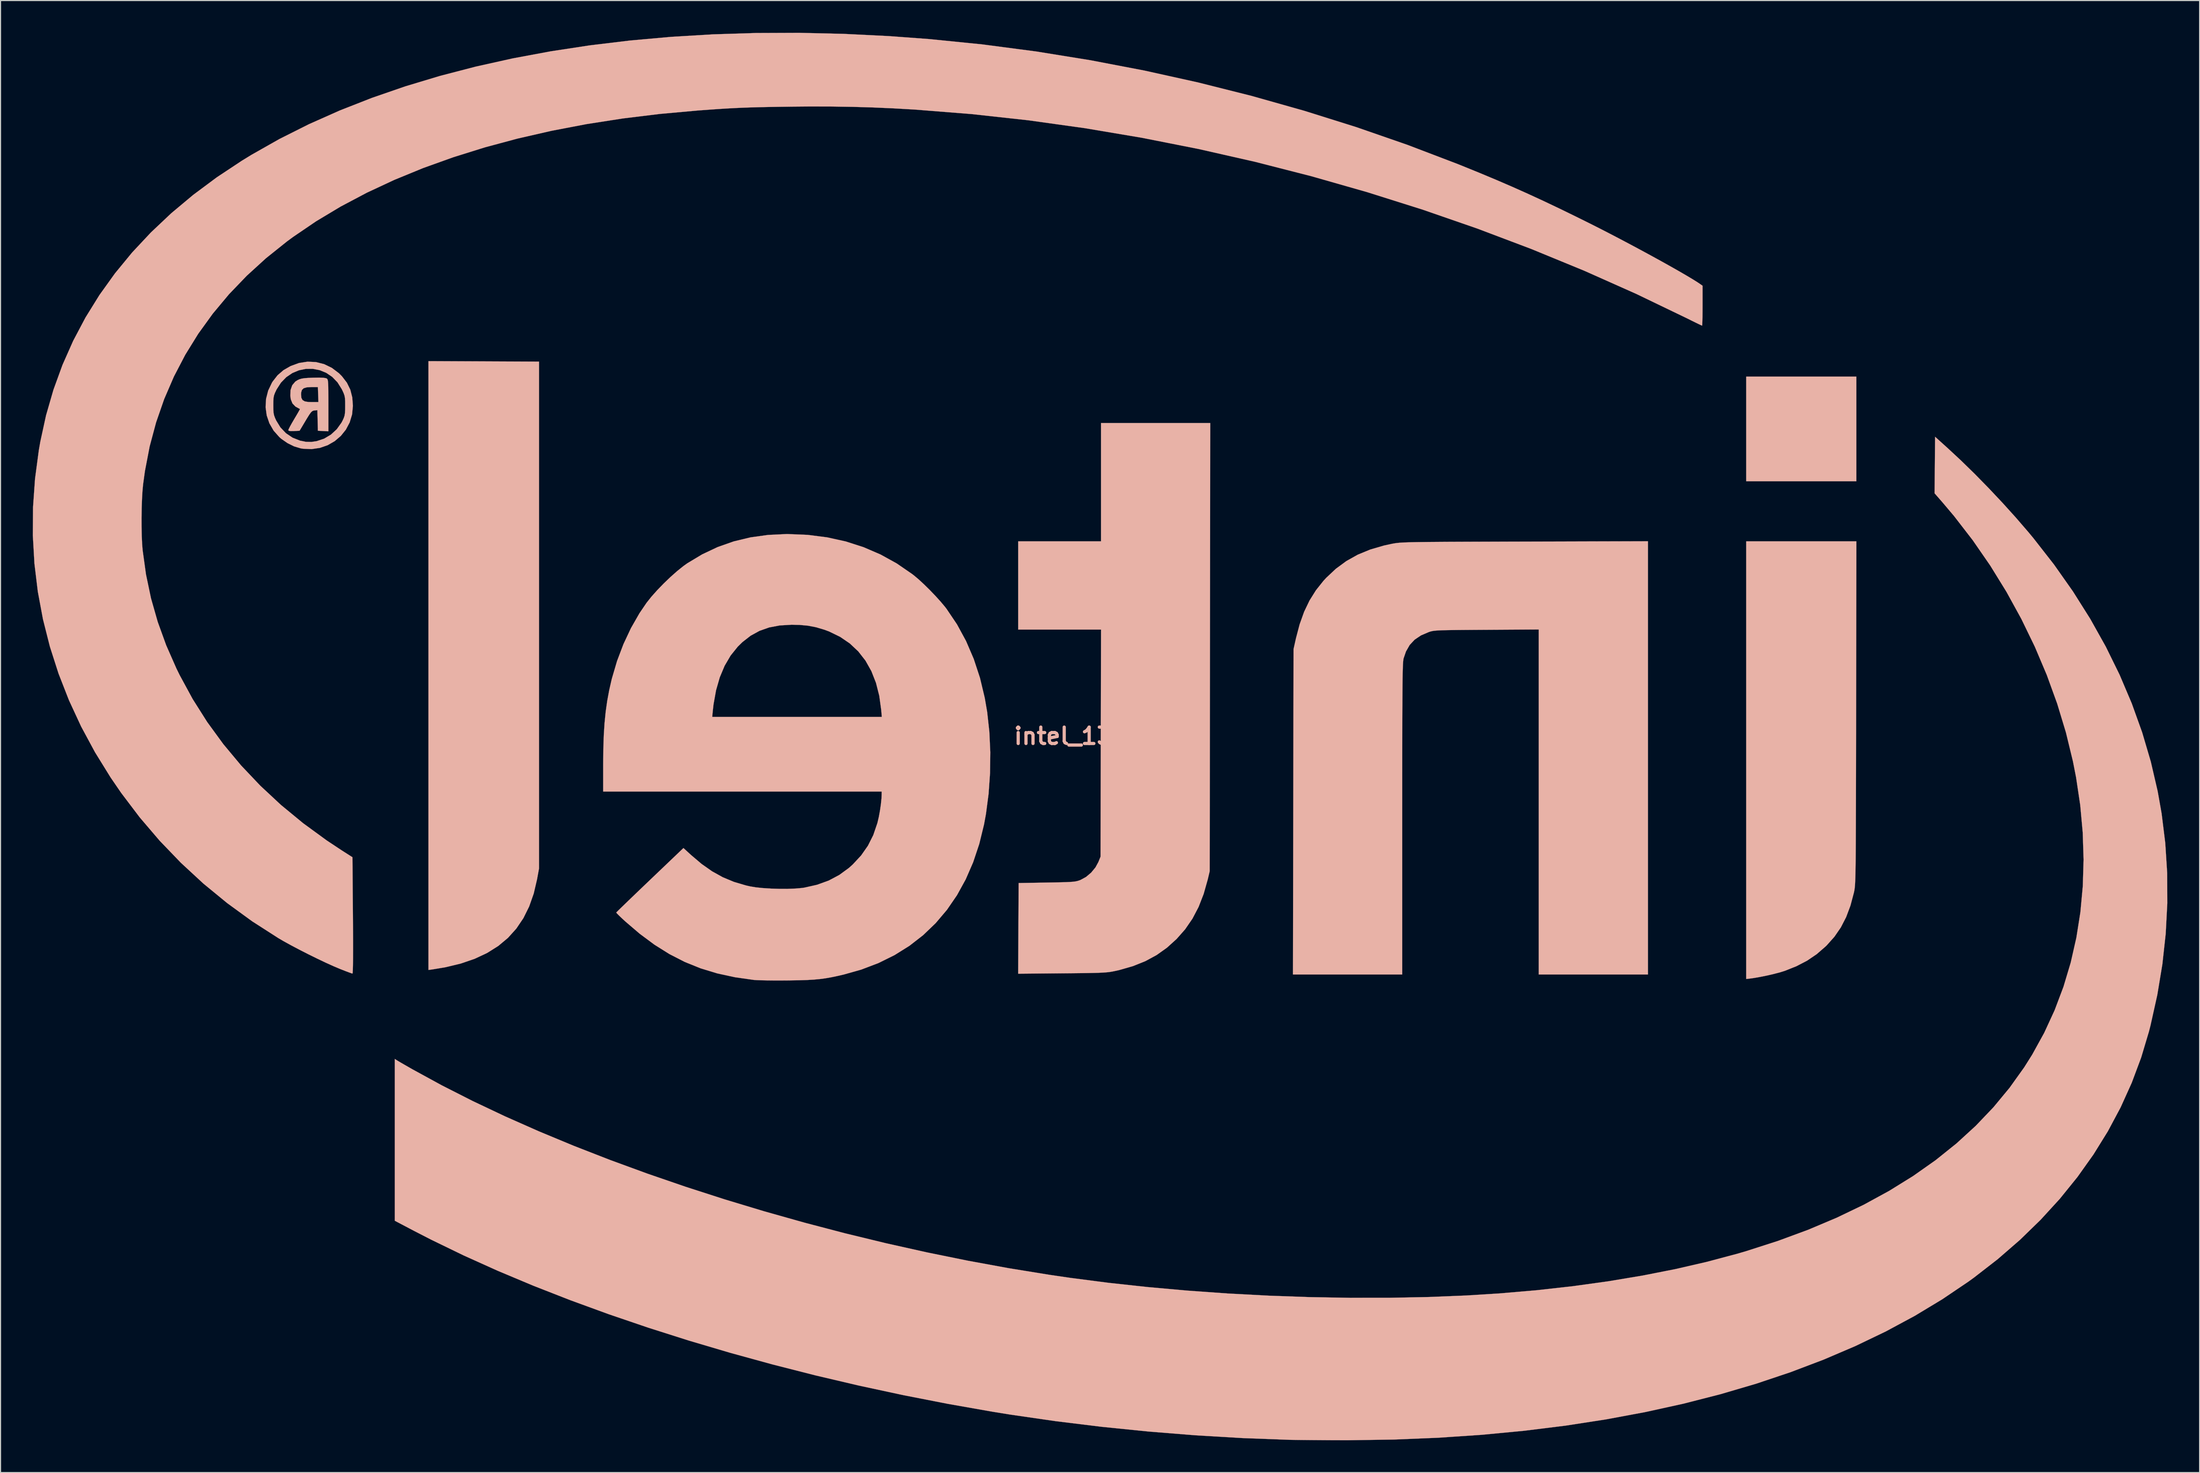
<source format=kicad_pcb>
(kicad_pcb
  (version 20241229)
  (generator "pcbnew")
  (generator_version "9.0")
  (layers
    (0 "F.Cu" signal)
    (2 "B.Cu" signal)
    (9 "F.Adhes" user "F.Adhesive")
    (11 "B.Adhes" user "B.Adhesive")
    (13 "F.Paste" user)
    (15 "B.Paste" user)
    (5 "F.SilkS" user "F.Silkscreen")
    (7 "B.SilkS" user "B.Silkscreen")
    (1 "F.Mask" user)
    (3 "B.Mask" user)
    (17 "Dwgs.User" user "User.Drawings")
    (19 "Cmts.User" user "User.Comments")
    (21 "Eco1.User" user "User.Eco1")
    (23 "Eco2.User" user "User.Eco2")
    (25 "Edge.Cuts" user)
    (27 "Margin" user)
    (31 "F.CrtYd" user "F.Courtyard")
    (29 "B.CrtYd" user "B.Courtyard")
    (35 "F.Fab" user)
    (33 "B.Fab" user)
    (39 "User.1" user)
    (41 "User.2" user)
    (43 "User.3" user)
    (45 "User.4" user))
  (footprint "intel_13x20_B"
    (layer "F.Cu")
    (at 99.295 65.433)
    (property "Reference" "intel_13x20_B" (at 0 0 0) (layer "B.SilkS") (effects (font (size 1.524 1.524) (thickness 0.3))))
    (attr through_hole)
    (fp_poly (pts (xy 70.358 -23.707) (xy 60.113 -23.707) (xy 60.113 -33.443) (xy 70.358 -33.443) (xy 70.358 -23.707)) (stroke (width 0.01) (type solid)) (fill yes) (layer "B.SilkS"))
    (fp_poly (pts (xy -57.34 -34.862) (xy -52.197 -34.84) (xy -52.197 12.319) (xy -52.383 13.335) (xy -52.691 14.654) (xy -53.114 15.855) (xy -53.652 16.941) (xy -54.31 17.914) (xy -55.089 18.777) (xy -55.993 19.531) (xy -57.024 20.179) (xy -58.185 20.723) (xy -59.479 21.166) (xy -60.909 21.51) (xy -62.124 21.712) (xy -62.484 21.761) (xy -62.484 -34.884) (xy -57.34 -34.862)) (stroke (width 0.01) (type solid)) (fill yes) (layer "B.SilkS"))
    (fp_poly (pts (xy 70.335 -2.18) (xy 70.332 -0.251) (xy 70.329 1.516) (xy 70.326 3.128) (xy 70.323 4.594) (xy 70.32 5.921) (xy 70.316 7.115) (xy 70.313 8.185) (xy 70.309 9.139) (xy 70.305 9.983) (xy 70.3 10.725) (xy 70.294 11.372) (xy 70.288 11.933) (xy 70.281 12.414) (xy 70.273 12.823) (xy 70.264 13.167) (xy 70.253 13.455) (xy 70.242 13.693) (xy 70.229 13.89) (xy 70.215 14.051) (xy 70.2 14.186) (xy 70.183 14.301) (xy 70.164 14.404) (xy 70.144 14.503) (xy 70.129 14.569) (xy 69.81 15.772) (xy 69.409 16.841) (xy 68.916 17.8) (xy 68.319 18.668) (xy 67.606 19.467) (xy 67.499 19.572) (xy 66.672 20.289) (xy 65.775 20.897) (xy 64.777 21.415) (xy 63.72 21.837) (xy 63.268 21.978) (xy 62.7 22.128) (xy 62.072 22.274) (xy 61.435 22.404) (xy 60.844 22.508) (xy 60.516 22.554) (xy 60.113 22.603) (xy 60.113 -18.119) (xy 70.361 -18.119) (xy 70.335 -2.18)) (stroke (width 0.01) (type solid)) (fill yes) (layer "B.SilkS"))
    (fp_poly (pts (xy 10.223 -8.276) (xy 10.198 12.573) (xy 10.013 13.351) (xy 9.635 14.69) (xy 9.165 15.896) (xy 8.594 16.987) (xy 7.914 17.976) (xy 7.117 18.879) (xy 7.112 18.884) (xy 6.219 19.691) (xy 5.26 20.373) (xy 4.216 20.939) (xy 3.067 21.401) (xy 1.795 21.767) (xy 1.392 21.858) (xy 1.187 21.9) (xy 0.984 21.936) (xy 0.767 21.965) (xy 0.518 21.989) (xy 0.22 22.009) (xy -0.144 22.025) (xy -0.592 22.037) (xy -1.14 22.048) (xy -1.806 22.057) (xy -2.608 22.066) (xy -3.536 22.074) (xy -7.622 22.11) (xy -7.6 17.892) (xy -7.578 13.674) (xy -4.953 13.629) (xy -4.212 13.616) (xy -3.62 13.603) (xy -3.154 13.59) (xy -2.794 13.573) (xy -2.519 13.553) (xy -2.307 13.526) (xy -2.137 13.491) (xy -1.988 13.448) (xy -1.839 13.393) (xy -1.82 13.386) (xy -1.309 13.108) (xy -0.832 12.705) (xy -0.431 12.22) (xy -0.16 11.72) (xy 0.042 11.218) (xy 0.088 -9.906) (xy -7.62 -9.906) (xy -7.62 -18.119) (xy 0.085 -18.119) (xy 0.085 -29.125) (xy 10.247 -29.125) (xy 10.223 -8.276)) (stroke (width 0.01) (type solid)) (fill yes) (layer "B.SilkS"))
    (fp_poly (pts (xy -72.256 -33.336) (xy -72.016 -33.296) (xy -71.979 -33.281) (xy -71.926 -33.248) (xy -71.885 -33.201) (xy -71.853 -33.121) (xy -71.831 -32.987) (xy -71.815 -32.783) (xy -71.805 -32.487) (xy -71.8 -32.082) (xy -71.798 -31.547) (xy -71.797 -30.865) (xy -71.797 -30.769) (xy -71.797 -28.355) (xy -72.284 -28.38) (xy -72.771 -28.406) (xy -72.819 -30.321) (xy -73.091 -30.295) (xy -73.211 -30.272) (xy -73.318 -30.213) (xy -73.434 -30.094) (xy -73.579 -29.89) (xy -73.774 -29.577) (xy -73.918 -29.337) (xy -74.473 -28.406) (xy -74.998 -28.38) (xy -75.307 -28.376) (xy -75.473 -28.403) (xy -75.523 -28.465) (xy -75.481 -28.576) (xy -75.367 -28.8) (xy -75.198 -29.105) (xy -74.991 -29.459) (xy -74.969 -29.496) (xy -74.763 -29.843) (xy -74.595 -30.132) (xy -74.482 -30.335) (xy -74.439 -30.425) (xy -74.44 -30.427) (xy -74.86 -30.658) (xy -75.136 -30.948) (xy -75.29 -31.328) (xy -75.336 -31.652) (xy -75.331 -31.779) (xy -74.337 -31.779) (xy -74.307 -31.47) (xy -74.2 -31.262) (xy -73.992 -31.138) (xy -73.659 -31.082) (xy -73.36 -31.073) (xy -72.722 -31.073) (xy -72.746 -31.771) (xy -72.771 -32.47) (xy -73.376 -32.47) (xy -73.802 -32.446) (xy -74.087 -32.364) (xy -74.255 -32.207) (xy -74.328 -31.957) (xy -74.337 -31.779) (xy -75.331 -31.779) (xy -75.313 -32.196) (xy -75.159 -32.639) (xy -74.878 -32.974) (xy -74.662 -33.115) (xy -74.475 -33.199) (xy -74.27 -33.258) (xy -74.007 -33.298) (xy -73.648 -33.325) (xy -73.228 -33.342) (xy -72.661 -33.351) (xy -72.256 -33.336)) (stroke (width 0.01) (type solid)) (fill yes) (layer "B.SilkS"))
    (fp_poly (pts (xy 50.969 22.183) (xy 40.809 22.183) (xy 40.809 -9.915) (xy 35.962 -9.887) (xy 34.932 -9.881) (xy 34.056 -9.875) (xy 33.321 -9.869) (xy 32.712 -9.862) (xy 32.216 -9.853) (xy 31.816 -9.843) (xy 31.499 -9.829) (xy 31.252 -9.813) (xy 31.058 -9.793) (xy 30.904 -9.768) (xy 30.776 -9.739) (xy 30.659 -9.704) (xy 30.589 -9.681) (xy 29.856 -9.368) (xy 29.265 -8.97) (xy 28.802 -8.474) (xy 28.456 -7.867) (xy 28.236 -7.224) (xy 28.22 -7.145) (xy 28.205 -7.034) (xy 28.191 -6.883) (xy 28.179 -6.686) (xy 28.168 -6.433) (xy 28.158 -6.119) (xy 28.15 -5.736) (xy 28.142 -5.275) (xy 28.135 -4.73) (xy 28.13 -4.093) (xy 28.125 -3.357) (xy 28.121 -2.514) (xy 28.117 -1.557) (xy 28.115 -0.479) (xy 28.113 0.729) (xy 28.111 2.074) (xy 28.11 3.563) (xy 28.11 5.203) (xy 28.109 7.003) (xy 28.109 7.722) (xy 28.109 22.183) (xy 17.945 22.183) (xy 17.971 7.048) (xy 17.997 -8.086) (xy 18.224 -9.102) (xy 18.565 -10.399) (xy 18.981 -11.562) (xy 19.483 -12.61) (xy 20.081 -13.566) (xy 20.786 -14.45) (xy 21.039 -14.724) (xy 21.938 -15.568) (xy 22.912 -16.283) (xy 23.973 -16.877) (xy 25.137 -17.356) (xy 26.42 -17.73) (xy 27.136 -17.885) (xy 27.271 -17.91) (xy 27.404 -17.933) (xy 27.544 -17.954) (xy 27.701 -17.972) (xy 27.884 -17.989) (xy 28.101 -18.003) (xy 28.362 -18.016) (xy 28.676 -18.027) (xy 29.052 -18.037) (xy 29.498 -18.046) (xy 30.026 -18.053) (xy 30.642 -18.06) (xy 31.357 -18.065) (xy 32.179 -18.071) (xy 33.118 -18.075) (xy 34.183 -18.079) (xy 35.382 -18.083) (xy 36.726 -18.087) (xy 38.222 -18.092) (xy 39.518 -18.095) (xy 50.969 -18.126) (xy 50.969 22.183)) (stroke (width 0.01) (type solid)) (fill yes) (layer "B.SilkS"))
    (fp_poly (pts (xy -72.947 -34.796) (xy -72.186 -34.602) (xy -71.469 -34.254) (xy -70.811 -33.756) (xy -70.534 -33.477) (xy -70.072 -32.875) (xy -69.754 -32.228) (xy -69.572 -31.51) (xy -69.513 -30.722) (xy -69.59 -29.921) (xy -69.813 -29.18) (xy -70.167 -28.511) (xy -70.636 -27.927) (xy -71.205 -27.441) (xy -71.858 -27.065) (xy -72.578 -26.814) (xy -73.35 -26.699) (xy -74.158 -26.733) (xy -74.379 -26.77) (xy -74.979 -26.95) (xy -75.593 -27.253) (xy -76.164 -27.648) (xy -76.355 -27.814) (xy -76.889 -28.417) (xy -77.282 -29.097) (xy -77.532 -29.832) (xy -77.636 -30.599) (xy -77.626 -30.778) (xy -76.92 -30.778) (xy -76.915 -30.371) (xy -76.894 -30.076) (xy -76.846 -29.839) (xy -76.759 -29.601) (xy -76.651 -29.362) (xy -76.254 -28.714) (xy -75.738 -28.174) (xy -75.122 -27.759) (xy -74.427 -27.485) (xy -74.42 -27.483) (xy -73.879 -27.375) (xy -73.377 -27.366) (xy -72.881 -27.441) (xy -72.19 -27.67) (xy -71.56 -28.045) (xy -71.014 -28.548) (xy -70.575 -29.161) (xy -70.468 -29.363) (xy -70.36 -29.601) (xy -70.29 -29.814) (xy -70.252 -30.052) (xy -70.235 -30.365) (xy -70.232 -30.738) (xy -70.234 -31.145) (xy -70.251 -31.437) (xy -70.292 -31.667) (xy -70.369 -31.89) (xy -70.492 -32.16) (xy -70.55 -32.278) (xy -70.947 -32.91) (xy -71.434 -33.415) (xy -71.991 -33.793) (xy -72.6 -34.043) (xy -73.24 -34.166) (xy -73.891 -34.162) (xy -74.533 -34.032) (xy -75.146 -33.776) (xy -75.71 -33.393) (xy -76.205 -32.885) (xy -76.612 -32.251) (xy -76.638 -32.199) (xy -76.769 -31.92) (xy -76.852 -31.692) (xy -76.897 -31.459) (xy -76.916 -31.166) (xy -76.92 -30.778) (xy -77.626 -30.778) (xy -77.592 -31.376) (xy -77.396 -32.142) (xy -77.047 -32.874) (xy -76.977 -32.987) (xy -76.521 -33.571) (xy -75.973 -34.043) (xy -75.311 -34.424) (xy -74.526 -34.711) (xy -73.732 -34.834) (xy -72.947 -34.796)) (stroke (width 0.01) (type solid)) (fill yes) (layer "B.SilkS"))
    (fp_poly (pts (xy -27.194 -18.719) (xy -25.396 -18.489) (xy -23.666 -18.108) (xy -22.008 -17.575) (xy -20.425 -16.893) (xy -18.92 -16.062) (xy -17.497 -15.084) (xy -17.314 -14.943) (xy -16.879 -14.577) (xy -16.378 -14.114) (xy -15.846 -13.591) (xy -15.321 -13.044) (xy -14.838 -12.511) (xy -14.433 -12.029) (xy -14.29 -11.844) (xy -13.313 -10.394) (xy -12.468 -8.838) (xy -11.755 -7.178) (xy -11.175 -5.416) (xy -10.73 -3.554) (xy -10.505 -2.244) (xy -10.303 -0.407) (xy -10.214 1.505) (xy -10.238 3.448) (xy -10.373 5.375) (xy -10.617 7.242) (xy -10.796 8.22) (xy -11.24 10.036) (xy -11.809 11.74) (xy -12.501 13.331) (xy -13.313 14.806) (xy -14.245 16.164) (xy -15.294 17.402) (xy -16.457 18.519) (xy -17.735 19.512) (xy -19.124 20.38) (xy -20.622 21.12) (xy -22.228 21.73) (xy -23.834 22.183) (xy -24.471 22.331) (xy -25.04 22.449) (xy -25.572 22.541) (xy -26.1 22.61) (xy -26.657 22.661) (xy -27.276 22.696) (xy -27.991 22.719) (xy -28.833 22.733) (xy -29.083 22.736) (xy -29.751 22.74) (xy -30.399 22.739) (xy -30.998 22.733) (xy -31.518 22.722) (xy -31.93 22.707) (xy -32.204 22.689) (xy -32.216 22.688) (xy -33.969 22.439) (xy -35.612 22.083) (xy -37.163 21.611) (xy -38.641 21.014) (xy -40.066 20.284) (xy -41.457 19.412) (xy -42.833 18.39) (xy -44.168 17.249) (xy -44.479 16.962) (xy -44.739 16.715) (xy -44.923 16.53) (xy -45.01 16.43) (xy -45.014 16.419) (xy -44.952 16.353) (xy -44.779 16.181) (xy -44.506 15.915) (xy -44.145 15.566) (xy -43.708 15.145) (xy -43.207 14.663) (xy -42.652 14.131) (xy -42.055 13.561) (xy -41.881 13.394) (xy -38.762 10.417) (xy -38.055 11.064) (xy -37.073 11.897) (xy -36.101 12.581) (xy -35.11 13.131) (xy -34.07 13.565) (xy -32.953 13.896) (xy -32.578 13.982) (xy -32.03 14.074) (xy -31.359 14.143) (xy -30.61 14.19) (xy -29.828 14.214) (xy -29.059 14.213) (xy -28.346 14.186) (xy -27.736 14.133) (xy -27.514 14.101) (xy -26.326 13.833) (xy -25.249 13.444) (xy -24.271 12.926) (xy -23.378 12.275) (xy -23.014 11.95) (xy -22.234 11.11) (xy -21.6 10.205) (xy -21.102 9.215) (xy -20.727 8.117) (xy -20.702 8.025) (xy -20.583 7.51) (xy -20.477 6.929) (xy -20.392 6.341) (xy -20.337 5.805) (xy -20.321 5.44) (xy -20.32 5.165) (xy -46.228 5.165) (xy -46.228 2.596) (xy -46.215 1.2) (xy -46.174 -0.057) (xy -46.102 -1.203) (xy -46.044 -1.778) (xy -36.085 -1.778) (xy -20.306 -1.778) (xy -20.363 -2.434) (xy -20.544 -3.748) (xy -20.849 -4.951) (xy -21.277 -6.041) (xy -21.826 -7.017) (xy -22.495 -7.875) (xy -23.282 -8.615) (xy -24.187 -9.233) (xy -25.207 -9.729) (xy -25.671 -9.901) (xy -26.429 -10.125) (xy -27.172 -10.269) (xy -27.964 -10.343) (xy -28.702 -10.358) (xy -29.8 -10.293) (xy -30.79 -10.106) (xy -31.689 -9.789) (xy -32.512 -9.337) (xy -33.275 -8.743) (xy -33.712 -8.314) (xy -34.373 -7.492) (xy -34.931 -6.539) (xy -35.383 -5.461) (xy -35.728 -4.262) (xy -35.963 -2.948) (xy -36.026 -2.392) (xy -36.085 -1.778) (xy -46.044 -1.778) (xy -45.996 -2.266) (xy -45.853 -3.274) (xy -45.671 -4.256) (xy -45.447 -5.24) (xy -45.416 -5.363) (xy -44.939 -6.984) (xy -44.344 -8.554) (xy -43.644 -10.045) (xy -42.852 -11.43) (xy -42.19 -12.404) (xy -41.745 -12.963) (xy -41.204 -13.57) (xy -40.601 -14.193) (xy -39.97 -14.798) (xy -39.344 -15.352) (xy -38.759 -15.822) (xy -38.404 -16.075) (xy -37.016 -16.908) (xy -35.579 -17.586) (xy -34.085 -18.112) (xy -32.525 -18.487) (xy -30.891 -18.714) (xy -29.175 -18.796) (xy -29.057 -18.796) (xy -27.194 -18.719)) (stroke (width 0.01) (type solid)) (fill yes) (layer "B.SilkS"))
    (fp_poly (pts (xy 78.867 -26.779) (xy 80.093 -25.64) (xy 81.373 -24.39) (xy 82.671 -23.065) (xy 83.956 -21.7) (xy 85.194 -20.33) (xy 86.35 -18.99) (xy 86.828 -18.415) (xy 88.745 -15.961) (xy 90.508 -13.458) (xy 92.114 -10.911) (xy 93.563 -8.322) (xy 94.853 -5.695) (xy 95.982 -3.033) (xy 96.949 -0.34) (xy 97.752 2.381) (xy 98.389 5.127) (xy 98.757 7.197) (xy 99.097 9.948) (xy 99.274 12.734) (xy 99.287 15.548) (xy 99.139 18.382) (xy 98.828 21.229) (xy 98.356 24.08) (xy 97.723 26.929) (xy 97.573 27.511) (xy 96.855 29.911) (xy 95.978 32.257) (xy 94.945 34.544) (xy 93.757 36.77) (xy 92.416 38.932) (xy 90.926 41.026) (xy 89.288 43.051) (xy 87.504 45.001) (xy 85.576 46.876) (xy 83.507 48.671) (xy 81.3 50.383) (xy 80.772 50.765) (xy 78.35 52.4) (xy 75.788 53.945) (xy 73.091 55.396) (xy 70.261 56.755) (xy 67.303 58.019) (xy 64.22 59.188) (xy 61.016 60.262) (xy 57.694 61.238) (xy 54.258 62.117) (xy 50.711 62.897) (xy 47.058 63.577) (xy 43.302 64.157) (xy 39.446 64.635) (xy 35.494 65.011) (xy 31.45 65.283) (xy 27.318 65.452) (xy 23.1 65.515) (xy 21.802 65.514) (xy 21.021 65.509) (xy 20.259 65.504) (xy 19.542 65.499) (xy 18.892 65.493) (xy 18.336 65.487) (xy 17.896 65.481) (xy 17.598 65.476) (xy 17.568 65.475) (xy 13.268 65.315) (xy 8.907 65.058) (xy 4.523 64.707) (xy 0.156 64.266) (xy -4.154 63.738) (xy -8.369 63.127) (xy -10.033 62.858) (xy -14.191 62.125) (xy -18.324 61.316) (xy -22.423 60.434) (xy -26.478 59.482) (xy -30.476 58.463) (xy -34.409 57.382) (xy -38.266 56.241) (xy -42.035 55.043) (xy -45.707 53.792) (xy -49.27 52.491) (xy -52.716 51.144) (xy -56.032 49.753) (xy -59.208 48.322) (xy -62.234 46.854) (xy -63.804 46.047) (xy -65.617 45.094) (xy -65.617 30.037) (xy -65.426 30.162) (xy -65.291 30.244) (xy -65.037 30.393) (xy -64.693 30.592) (xy -64.288 30.824) (xy -63.966 31.008) (xy -61.251 32.491) (xy -58.381 33.949) (xy -55.367 35.376) (xy -52.22 36.77) (xy -48.953 38.127) (xy -45.579 39.442) (xy -42.107 40.713) (xy -38.552 41.935) (xy -34.924 43.105) (xy -31.235 44.219) (xy -27.498 45.272) (xy -23.724 46.262) (xy -19.925 47.184) (xy -16.114 48.035) (xy -12.301 48.811) (xy -8.5 49.508) (xy -4.721 50.122) (xy -2.752 50.41) (xy 0.793 50.869) (xy 4.435 51.264) (xy 8.15 51.596) (xy 11.911 51.863) (xy 15.695 52.064) (xy 19.474 52.198) (xy 23.225 52.264) (xy 26.922 52.262) (xy 30.54 52.19) (xy 34.052 52.048) (xy 37.169 51.854) (xy 40.621 51.558) (xy 43.995 51.181) (xy 47.279 50.726) (xy 50.46 50.195) (xy 53.526 49.591) (xy 56.464 48.914) (xy 59.263 48.168) (xy 60.104 47.922) (xy 63.055 46.973) (xy 65.862 45.938) (xy 68.524 44.815) (xy 71.043 43.606) (xy 73.417 42.31) (xy 75.645 40.928) (xy 77.729 39.46) (xy 79.668 37.905) (xy 81.462 36.264) (xy 83.11 34.537) (xy 84.612 32.724) (xy 85.969 30.826) (xy 86.72 29.633) (xy 87.836 27.607) (xy 88.806 25.501) (xy 89.628 23.32) (xy 90.302 21.069) (xy 90.826 18.756) (xy 91.201 16.384) (xy 91.425 13.959) (xy 91.498 11.488) (xy 91.418 8.975) (xy 91.186 6.426) (xy 90.8 3.847) (xy 90.508 2.354) (xy 89.856 -0.332) (xy 89.043 -3.015) (xy 88.076 -5.68) (xy 86.962 -8.312) (xy 85.708 -10.897) (xy 84.322 -13.42) (xy 82.812 -15.866) (xy 81.185 -18.221) (xy 79.447 -20.47) (xy 78.385 -21.728) (xy 77.637 -22.586) (xy 77.659 -25.217) (xy 77.682 -27.848) (xy 78.867 -26.779)) (stroke (width 0.01) (type solid)) (fill yes) (layer "B.SilkS"))
    (fp_poly (pts (xy -23.865 -65.333) (xy -19.685 -65.127) (xy -15.917 -64.85) (xy -10.939 -64.35) (xy -5.932 -63.692) (xy -0.911 -62.881) (xy 4.107 -61.921) (xy 9.106 -60.814) (xy 14.07 -59.566) (xy 18.983 -58.179) (xy 23.829 -56.658) (xy 28.591 -55.006) (xy 33.254 -53.228) (xy 33.65 -53.069) (xy 35.292 -52.401) (xy 36.832 -51.757) (xy 38.307 -51.121) (xy 39.753 -50.476) (xy 41.206 -49.806) (xy 42.704 -49.095) (xy 44.283 -48.325) (xy 45.551 -47.696) (xy 46.461 -47.237) (xy 47.412 -46.748) (xy 48.388 -46.239) (xy 49.372 -45.718) (xy 50.348 -45.195) (xy 51.299 -44.679) (xy 52.209 -44.179) (xy 53.061 -43.703) (xy 53.84 -43.261) (xy 54.529 -42.861) (xy 55.111 -42.514) (xy 55.57 -42.227) (xy 55.816 -42.062) (xy 56.049 -41.898) (xy 56.049 -40.042) (xy 56.047 -39.501) (xy 56.042 -39.023) (xy 56.034 -38.631) (xy 56.024 -38.348) (xy 56.012 -38.201) (xy 56.006 -38.185) (xy 55.92 -38.221) (xy 55.708 -38.321) (xy 55.395 -38.473) (xy 55.006 -38.664) (xy 54.63 -38.852) (xy 49.889 -41.135) (xy 45.045 -43.293) (xy 40.108 -45.322) (xy 35.089 -47.219) (xy 29.999 -48.981) (xy 24.85 -50.605) (xy 19.652 -52.089) (xy 14.416 -53.429) (xy 9.154 -54.622) (xy 3.876 -55.666) (xy -1.407 -56.556) (xy -6.683 -57.292) (xy -11.941 -57.868) (xy -17.172 -58.283) (xy -17.272 -58.29) (xy -19.223 -58.402) (xy -21.12 -58.485) (xy -23.01 -58.541) (xy -24.938 -58.57) (xy -26.951 -58.575) (xy -28.66 -58.561) (xy -29.786 -58.546) (xy -30.772 -58.53) (xy -31.648 -58.512) (xy -32.443 -58.49) (xy -33.186 -58.464) (xy -33.908 -58.432) (xy -34.637 -58.393) (xy -35.402 -58.346) (xy -36.235 -58.289) (xy -37.163 -58.221) (xy -37.38 -58.205) (xy -40.94 -57.884) (xy -44.405 -57.461) (xy -47.771 -56.937) (xy -51.034 -56.313) (xy -54.19 -55.591) (xy -57.234 -54.773) (xy -60.163 -53.858) (xy -62.972 -52.85) (xy -65.658 -51.748) (xy -68.215 -50.555) (xy -70.64 -49.272) (xy -72.929 -47.9) (xy -75.077 -46.44) (xy -75.65 -46.018) (xy -77.59 -44.466) (xy -79.386 -42.829) (xy -81.038 -41.109) (xy -82.542 -39.309) (xy -83.9 -37.431) (xy -85.108 -35.477) (xy -86.165 -33.45) (xy -87.071 -31.351) (xy -87.823 -29.184) (xy -88.421 -26.951) (xy -88.862 -24.653) (xy -89.033 -23.41) (xy -89.091 -22.782) (xy -89.134 -22.027) (xy -89.163 -21.189) (xy -89.176 -20.311) (xy -89.174 -19.435) (xy -89.156 -18.605) (xy -89.121 -17.862) (xy -89.077 -17.314) (xy -88.763 -15.041) (xy -88.296 -12.815) (xy -87.67 -10.622) (xy -86.884 -8.451) (xy -85.933 -6.29) (xy -85.633 -5.678) (xy -84.424 -3.451) (xy -83.067 -1.306) (xy -81.565 0.754) (xy -79.92 2.727) (xy -78.134 4.611) (xy -76.209 6.405) (xy -74.146 8.105) (xy -71.947 9.711) (xy -70.57 10.624) (xy -69.554 11.273) (xy -69.511 16.686) (xy -69.503 17.938) (xy -69.498 19.027) (xy -69.498 19.953) (xy -69.501 20.714) (xy -69.508 21.31) (xy -69.519 21.74) (xy -69.534 22.003) (xy -69.552 22.097) (xy -69.554 22.097) (xy -69.66 22.067) (xy -69.891 21.984) (xy -70.216 21.861) (xy -70.602 21.71) (xy -70.697 21.673) (xy -71.312 21.413) (xy -72.035 21.086) (xy -72.828 20.709) (xy -73.653 20.303) (xy -74.473 19.885) (xy -75.25 19.475) (xy -75.946 19.092) (xy -76.445 18.801) (xy -78.881 17.236) (xy -81.207 15.543) (xy -83.42 13.727) (xy -85.516 11.79) (xy -87.491 9.737) (xy -89.343 7.569) (xy -91.068 5.292) (xy -92.055 3.852) (xy -93.506 1.505) (xy -94.798 -0.891) (xy -95.928 -3.33) (xy -96.897 -5.808) (xy -97.704 -8.323) (xy -98.347 -10.869) (xy -98.827 -13.443) (xy -99.141 -16.042) (xy -99.29 -18.66) (xy -99.272 -21.294) (xy -99.086 -23.94) (xy -98.733 -26.594) (xy -98.594 -27.39) (xy -98.06 -29.843) (xy -97.371 -32.225) (xy -96.53 -34.537) (xy -95.536 -36.776) (xy -94.391 -38.942) (xy -93.094 -41.034) (xy -91.647 -43.052) (xy -90.051 -44.993) (xy -88.305 -46.857) (xy -86.412 -48.644) (xy -84.37 -50.352) (xy -82.182 -51.981) (xy -79.847 -53.528) (xy -78.952 -54.077) (xy -76.346 -55.552) (xy -73.606 -56.927) (xy -70.738 -58.202) (xy -67.746 -59.376) (xy -64.635 -60.45) (xy -61.409 -61.421) (xy -58.073 -62.288) (xy -54.632 -63.053) (xy -51.09 -63.712) (xy -47.452 -64.266) (xy -43.722 -64.714) (xy -39.906 -65.055) (xy -36.007 -65.288) (xy -32.031 -65.413) (xy -27.982 -65.428) (xy -23.865 -65.333)) (stroke (width 0.01) (type solid)) (fill yes) (layer "B.SilkS")))
  (gr_rect
    (start -3 -3)
    (end 201.587 133.953)
    (stroke (width 0.1) (type default))
    (fill no)
    (layer "Edge.Cuts")))
</source>
